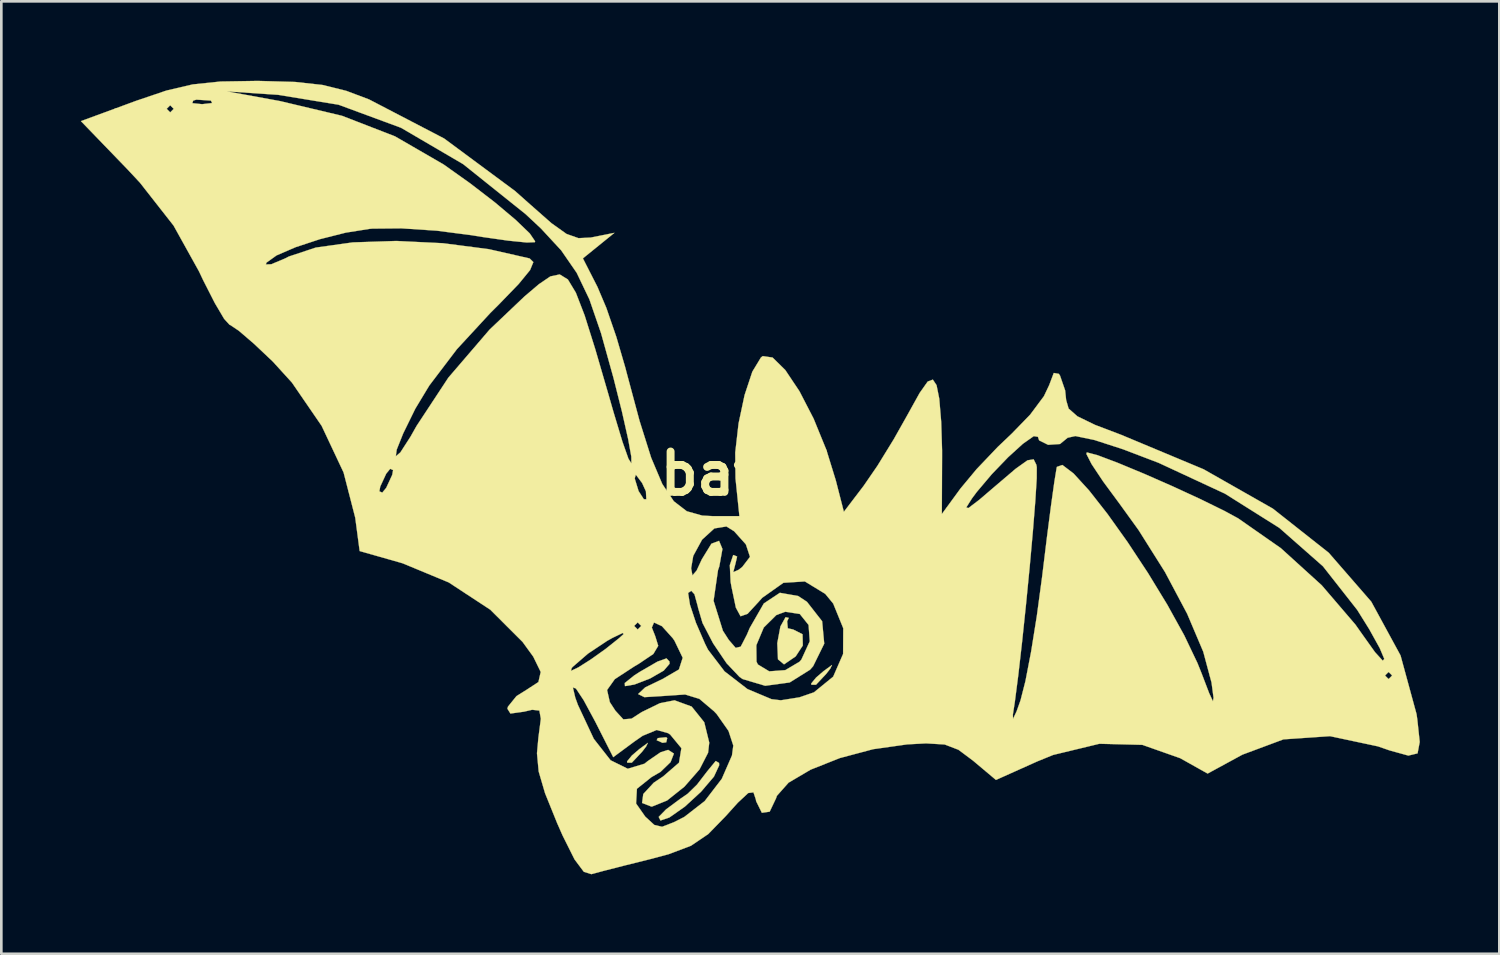
<source format=kicad_pcb>
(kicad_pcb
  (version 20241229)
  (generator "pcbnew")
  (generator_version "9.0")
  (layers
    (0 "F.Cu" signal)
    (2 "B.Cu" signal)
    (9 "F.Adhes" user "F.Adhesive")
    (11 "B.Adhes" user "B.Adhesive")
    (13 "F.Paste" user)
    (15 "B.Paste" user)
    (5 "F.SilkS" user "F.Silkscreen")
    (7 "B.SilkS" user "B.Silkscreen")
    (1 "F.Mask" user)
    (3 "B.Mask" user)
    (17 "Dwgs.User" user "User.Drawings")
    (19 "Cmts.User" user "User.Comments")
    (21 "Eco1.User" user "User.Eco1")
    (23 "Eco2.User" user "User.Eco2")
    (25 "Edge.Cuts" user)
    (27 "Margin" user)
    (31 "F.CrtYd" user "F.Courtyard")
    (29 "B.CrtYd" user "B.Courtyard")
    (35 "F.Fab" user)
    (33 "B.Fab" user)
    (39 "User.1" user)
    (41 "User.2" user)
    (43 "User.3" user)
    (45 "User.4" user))
  (footprint "bat56"
    (layer "F.Cu")
    (at 25.164 14.827)
    (property "Reference" "bat56" (at 0 0 0) (layer "F.SilkS") (effects (font (size 1.524 1.524) (thickness 0.3))))
    (attr through_hole)
    (fp_poly (pts (xy -3.03 9.982) (xy -3.067 10.141) (xy -3.208 10.16) (xy -3.428 10.062) (xy -3.387 9.982) (xy -3.069 9.95) (xy -3.03 9.982)) (stroke (width 0.01) (type solid)) (fill yes) (layer "F.SilkS"))
    (fp_poly (pts (xy -3.827 10.3) (xy -3.976 10.494) (xy -4.367 10.91) (xy -4.541 10.908) (xy -4.545 10.861) (xy -4.363 10.638) (xy -4.077 10.393) (xy -3.761 10.162) (xy -3.827 10.3)) (stroke (width 0.01) (type solid)) (fill yes) (layer "F.SilkS"))
    (fp_poly (pts (xy 3.125 7.359) (xy 2.975 7.553) (xy 2.585 7.969) (xy 2.411 7.967) (xy 2.406 7.92) (xy 2.589 7.697) (xy 2.874 7.452) (xy 3.191 7.221) (xy 3.125 7.359)) (stroke (width 0.01) (type solid)) (fill yes) (layer "F.SilkS"))
    (fp_poly (pts (xy -2.946 7.091) (xy -2.941 7.176) (xy -3.162 7.435) (xy -3.678 7.732) (xy -4.271 7.961) (xy -4.625 8.02) (xy -4.633 7.903) (xy -4.267 7.61) (xy -4.071 7.485) (xy -3.396 7.094) (xy -3.057 6.973) (xy -2.946 7.091)) (stroke (width 0.01) (type solid)) (fill yes) (layer "F.SilkS"))
    (fp_poly (pts (xy 1.557 5.445) (xy 1.496 5.573) (xy 1.521 5.838) (xy 1.722 5.882) (xy 2.078 6.063) (xy 2.088 6.487) (xy 1.818 6.898) (xy 1.379 7.199) (xy 1.15 7.009) (xy 1.124 6.397) (xy 1.242 5.769) (xy 1.437 5.419) (xy 1.557 5.445)) (stroke (width 0.01) (type solid)) (fill yes) (layer "F.SilkS"))
    (fp_poly (pts (xy -1.074 10.921) (xy -1.069 11.009) (xy -1.266 11.434) (xy -1.751 12.004) (xy -2.365 12.569) (xy -2.948 12.978) (xy -3.285 13.093) (xy -3.352 12.957) (xy -3.075 12.673) (xy -2.549 12.282) (xy -2.256 12.08) (xy -1.907 11.739) (xy -1.521 11.237) (xy -1.2 10.846) (xy -1.074 10.921)) (stroke (width 0.01) (type solid)) (fill yes) (layer "F.SilkS"))
    (fp_poly (pts (xy -18.448 -14.822) (xy -17.077 -14.784) (xy -16.041 -14.67) (xy -15.144 -14.448) (xy -14.282 -14.123) (xy -11.451 -12.65) (xy -8.776 -10.669) (xy -8.216 -10.172) (xy -7.399 -9.452) (xy -6.829 -9.046) (xy -6.379 -8.888) (xy -5.921 -8.91) (xy -5.848 -8.924) (xy -5.023 -9.089) (xy -5.618 -8.607) (xy -6.213 -8.125) (xy -5.663 -7.047) (xy -5.327 -6.253) (xy -4.95 -5.158) (xy -4.607 -3.984) (xy -4.573 -3.85) (xy -4.075 -1.994) (xy -3.636 -0.601) (xy -3.217 0.39) (xy -2.781 1.043) (xy -2.291 1.42) (xy -1.709 1.583) (xy -1.315 1.604) (xy -0.306 1.604) (xy -0.453 0.18) (xy -0.463 -0.796) (xy -0.337 -1.897) (xy -0.11 -2.966) (xy 0.182 -3.847) (xy 0.506 -4.382) (xy 0.575 -4.436) (xy 0.947 -4.382) (xy 1.427 -3.909) (xy 1.961 -3.11) (xy 2.496 -2.074) (xy 2.978 -0.894) (xy 3.332 0.252) (xy 3.637 1.441) (xy 4.381 0.465) (xy 4.904 -0.296) (xy 5.521 -1.299) (xy 6.023 -2.19) (xy 6.497 -3.044) (xy 6.802 -3.476) (xy 6.996 -3.549) (xy 7.136 -3.338) (xy 7.238 -2.827) (xy 7.311 -1.951) (xy 7.344 -0.882) (xy 7.344 -0.642) (xy 7.335 1.524) (xy 7.517 1.276) (xy 8.257 1.276) (xy 8.338 1.299) (xy 8.746 0.989) (xy 9.364 0.461) (xy 10.119 -0.182) (xy 10.569 -0.503) (xy 10.8 -0.54) (xy 10.902 -0.335) (xy 10.918 -0.246) (xy 10.916 0.178) (xy 10.864 1.021) (xy 10.772 2.172) (xy 10.651 3.518) (xy 10.511 4.948) (xy 10.364 6.349) (xy 10.22 7.61) (xy 10.09 8.618) (xy 10.017 9.091) (xy 10.021 9.258) (xy 10.156 8.974) (xy 10.305 8.556) (xy 10.49 7.832) (xy 10.704 6.721) (xy 10.921 5.367) (xy 11.117 3.915) (xy 11.138 3.743) (xy 11.304 2.385) (xy 11.457 1.201) (xy 11.583 0.3) (xy 11.666 -0.206) (xy 11.678 -0.255) (xy 11.885 -0.327) (xy 12.307 -0.006) (xy 12.892 0.634) (xy 13.589 1.523) (xy 14.348 2.587) (xy 15.117 3.753) (xy 15.847 4.951) (xy 16.486 6.107) (xy 16.983 7.149) (xy 17.129 7.511) (xy 17.426 8.289) (xy 17.569 8.594) (xy 17.59 8.456) (xy 17.517 7.904) (xy 17.515 7.887) (xy 17.443 7.62) (xy 24.063 7.62) (xy 24.197 7.754) (xy 24.331 7.62) (xy 24.197 7.486) (xy 24.063 7.62) (xy 17.443 7.62) (xy 17.202 6.721) (xy 16.594 5.288) (xy 15.758 3.714) (xy 14.76 2.129) (xy 14.043 1.136) (xy 13.422 0.294) (xy 12.985 -0.364) (xy 12.791 -0.744) (xy 12.808 -0.802) (xy 13.213 -0.695) (xy 13.972 -0.409) (xy 14.958 0.000239) (xy 16.044 0.477) (xy 17.104 0.966) (xy 18.01 1.411) (xy 18.519 1.688) (xy 20.132 2.814) (xy 21.675 4.215) (xy 22.947 5.7) (xy 23.148 5.986) (xy 23.684 6.738) (xy 23.978 7.06) (xy 24.035 6.994) (xy 23.863 6.585) (xy 23.468 5.873) (xy 23.014 5.144) (xy 21.72 3.497) (xy 20.073 2.047) (xy 18.023 0.757) (xy 15.519 -0.407) (xy 14.176 -0.919) (xy 13.093 -1.27) (xy 12.375 -1.419) (xy 12.082 -1.354) (xy 12.082 -1.353) (xy 11.795 -1.118) (xy 11.346 -1.088) (xy 11.007 -1.256) (xy 10.962 -1.389) (xy 10.804 -1.415) (xy 10.395 -1.127) (xy 9.835 -0.618) (xy 9.221 0.02) (xy 8.651 0.695) (xy 8.472 0.936) (xy 8.257 1.276) (xy 7.517 1.276) (xy 8.04 0.561) (xy 8.647 -0.169) (xy 9.448 -1.01) (xy 9.975 -1.511) (xy 10.668 -2.225) (xy 11.189 -2.924) (xy 11.387 -3.341) (xy 11.56 -3.8) (xy 11.75 -3.767) (xy 11.795 -3.702) (xy 11.989 -3.141) (xy 12.027 -2.776) (xy 12.12 -2.456) (xy 12.453 -2.163) (xy 13.122 -1.838) (xy 14.104 -1.465) (xy 17.217 -0.164) (xy 19.828 1.32) (xy 21.937 2.985) (xy 23.544 4.833) (xy 24.649 6.864) (xy 25.253 9.078) (xy 25.283 9.291) (xy 25.372 10.129) (xy 25.291 10.558) (xy 24.944 10.642) (xy 24.234 10.446) (xy 23.796 10.294) (xy 21.986 9.909) (xy 20.228 10.03) (xy 18.679 10.607) (xy 17.367 11.321) (xy 16.334 10.741) (xy 14.904 10.237) (xy 13.282 10.196) (xy 11.538 10.617) (xy 10.939 10.861) (xy 9.378 11.561) (xy 8.512 10.833) (xy 7.963 10.423) (xy 7.442 10.223) (xy 6.741 10.181) (xy 6.029 10.219) (xy 4.741 10.401) (xy 3.486 10.735) (xy 2.383 11.173) (xy 1.55 11.664) (xy 1.109 12.161) (xy 1.08 12.248) (xy 0.837 12.759) (xy 0.542 12.801) (xy 0.326 12.364) (xy 0.314 12.295) (xy 0.225 12.03) (xy 0.027 12.055) (xy -0.363 12.418) (xy -0.815 12.919) (xy -1.481 13.603) (xy -2.133 14.045) (xy -2.979 14.365) (xy -3.669 14.549) (xy -4.641 14.791) (xy -5.441 14.996) (xy -5.893 15.118) (xy -6.178 15.028) (xy -6.528 14.561) (xy -6.978 13.661) (xy -7.186 13.189) (xy -7.641 12.064) (xy -7.882 11.242) (xy -7.946 10.555) (xy -7.893 9.971) (xy -7.8 9.253) (xy -7.856 8.942) (xy -8.128 8.913) (xy -8.439 8.985) (xy -8.948 9.055) (xy -9.062 8.874) (xy -9.041 8.794) (xy -8.721 8.398) (xy -8.338 8.158) (xy -8.202 8.069) (xy -6.592 8.069) (xy -6.5 8.456) (xy -6.401 8.73) (xy -5.802 10.01) (xy -5.167 10.819) (xy -4.52 11.139) (xy -3.887 10.948) (xy -3.77 10.853) (xy -3.281 10.517) (xy -2.995 10.427) (xy -2.778 10.566) (xy -2.903 10.888) (xy -3.286 11.259) (xy -3.624 11.455) (xy -4.174 11.894) (xy -4.206 12.45) (xy -3.858 12.948) (xy -3.516 13.261) (xy -3.223 13.329) (xy -2.773 13.155) (xy -2.381 12.954) (xy -1.616 12.36) (xy -0.971 11.52) (xy -0.586 10.637) (xy -0.536 10.263) (xy -0.717 9.71) (xy -1.163 9.075) (xy -1.267 8.966) (xy -1.816 8.501) (xy -2.354 8.336) (xy -3.145 8.39) (xy -3.153 8.391) (xy -3.892 8.437) (xy -4.129 8.32) (xy -3.86 8.067) (xy -3.214 7.756) (xy -2.589 7.393) (xy -2.446 6.95) (xy -2.755 6.307) (xy -2.823 6.209) (xy -3.231 5.756) (xy -3.53 5.619) (xy -3.611 5.81) (xy -3.481 6.139) (xy -3.37 6.499) (xy -3.554 6.807) (xy -4.121 7.188) (xy -4.272 7.276) (xy -5.009 7.757) (xy -5.3 8.166) (xy -5.197 8.624) (xy -4.986 8.948) (xy -4.688 9.274) (xy -4.378 9.248) (xy -3.99 8.999) (xy -3.306 8.665) (xy -2.754 8.556) (xy -2.107 8.792) (xy -1.633 9.383) (xy -1.444 10.153) (xy -1.488 10.534) (xy -1.81 11.162) (xy -2.383 11.817) (xy -3.037 12.338) (xy -3.603 12.566) (xy -3.63 12.566) (xy -3.979 12.43) (xy -3.934 12.093) (xy -3.539 11.666) (xy -3.187 11.431) (xy -2.586 10.911) (xy -2.495 10.362) (xy -2.921 9.846) (xy -2.997 9.796) (xy -3.427 9.675) (xy -3.958 9.895) (xy -4.261 10.105) (xy -5.068 10.702) (xy -5.747 9.361) (xy -6.183 8.553) (xy -6.475 8.112) (xy -6.592 8.069) (xy -8.202 8.069) (xy -7.892 7.867) (xy -7.805 7.485) (xy -7.824 7.446) (xy -6.666 7.446) (xy -6.385 7.313) (xy -5.911 7.012) (xy -5.359 6.619) (xy -4.848 6.211) (xy -4.679 6.059) (xy -4.705 6.012) (xy -5.092 6.197) (xy -5.298 6.312) (xy -6.02 6.793) (xy -6.595 7.291) (xy -6.635 7.335) (xy -6.666 7.446) (xy -7.824 7.446) (xy -8.087 6.907) (xy -8.489 6.353) (xy -9.095 5.748) (xy -4.278 5.748) (xy -4.144 5.882) (xy -4.011 5.748) (xy -4.144 5.615) (xy -4.278 5.748) (xy -9.095 5.748) (xy -9.708 5.136) (xy -10.671 4.504) (xy -2.242 4.504) (xy -2.172 4.947) (xy -1.947 5.627) (xy -1.603 6.421) (xy -1.491 6.645) (xy -0.867 7.463) (xy -0.002 8.131) (xy 0.907 8.513) (xy 1.257 8.555) (xy 1.962 8.443) (xy 2.509 8.254) (xy 3.234 7.663) (xy 3.608 6.806) (xy 3.614 5.835) (xy 3.234 4.903) (xy 2.934 4.538) (xy 2.165 4.069) (xy 1.355 4.12) (xy 0.556 4.686) (xy 0.424 4.834) (xy 0.002 5.292) (xy -0.262 5.384) (xy -0.44 5.056) (xy -0.607 4.258) (xy -0.637 4.088) (xy -0.668 3.454) (xy -0.543 3.081) (xy -0.529 3.071) (xy -0.392 3.129) (xy -0.454 3.395) (xy -0.538 3.719) (xy -0.332 3.628) (xy -0.196 3.52) (xy 0.094 3.141) (xy -0.057 2.682) (xy -0.073 2.656) (xy -0.506 2.174) (xy -0.794 1.994) (xy -1.251 2.068) (xy -1.715 2.492) (xy -2.048 3.104) (xy -2.128 3.572) (xy -2.078 3.841) (xy -1.92 3.657) (xy -1.721 3.229) (xy -1.362 2.645) (xy -1.074 2.537) (xy -0.946 2.844) (xy -1.065 3.505) (xy -1.113 3.64) (xy -1.281 4.799) (xy -0.929 5.93) (xy -0.708 6.274) (xy -0.447 6.577) (xy -0.255 6.53) (xy -0.228 6.477) (xy 0.333 6.477) (xy 0.34 7.096) (xy 0.392 7.204) (xy 0.82 7.462) (xy 1.426 7.417) (xy 1.967 7.097) (xy 2.034 7.018) (xy 2.35 6.328) (xy 2.305 5.711) (xy 1.973 5.297) (xy 1.425 5.213) (xy 1.09 5.337) (xy 0.614 5.808) (xy 0.333 6.477) (xy -0.228 6.477) (xy -0.019 6.07) (xy 0.083 5.828) (xy 0.616 4.9) (xy 1.222 4.498) (xy 1.912 4.619) (xy 2.244 4.838) (xy 2.817 5.572) (xy 2.896 6.418) (xy 2.477 7.269) (xy 2.36 7.402) (xy 1.593 7.882) (xy 0.668 8.007) (xy -0.182 7.754) (xy -0.3 7.674) (xy -0.791 7.155) (xy -1.297 6.407) (xy -1.698 5.636) (xy -1.87 5.049) (xy -1.871 5.029) (xy -2.002 4.552) (xy -2.122 4.422) (xy -2.242 4.504) (xy -10.671 4.504) (xy -11.276 4.107) (xy -13.012 3.386) (xy -13.135 3.35) (xy -14.639 2.922) (xy -14.806 1.662) (xy -15.062 0.668) (xy -13.895 0.668) (xy -13.785 0.716) (xy -13.636 0.535) (xy -13.471 0.18) (xy -4.258 0.18) (xy -4.111 0.658) (xy -3.913 0.966) (xy -3.819 0.967) (xy -3.834 0.668) (xy -3.978 0.354) (xy -4.214 0.04) (xy -4.258 0.18) (xy -13.471 0.18) (xy -13.41 0.047) (xy -13.377 -0.134) (xy -13.487 -0.182) (xy -13.636 0) (xy -13.862 0.487) (xy -13.895 0.668) (xy -15.062 0.668) (xy -15.246 -0.045) (xy -16.074 -1.804) (xy -17.195 -3.437) (xy -17.916 -4.229) (xy -18.627 -4.901) (xy -19.201 -5.394) (xy -19.528 -5.612) (xy -19.546 -5.615) (xy -19.753 -5.841) (xy -20.108 -6.442) (xy -20.547 -7.305) (xy -20.703 -7.635) (xy -21.663 -9.363) (xy -22.93 -10.979) (xy -23.397 -11.48) (xy -25.159 -13.305) (xy -23.895 -13.769) (xy -21.924 -13.769) (xy -21.791 -13.636) (xy -21.657 -13.769) (xy -21.791 -13.903) (xy -21.924 -13.769) (xy -23.895 -13.769) (xy -23.316 -13.983) (xy -20.955 -13.983) (xy -20.587 -13.945) (xy -20.208 -13.987) (xy -20.253 -14.08) (xy -20.801 -14.116) (xy -20.922 -14.08) (xy -20.955 -13.983) (xy -23.316 -13.983) (xy -23.074 -14.072) (xy -22.023 -14.428) (xy -19.652 -14.428) (xy -17.646 -14.062) (xy -15.305 -13.506) (xy -13.303 -12.73) (xy -11.47 -11.669) (xy -10.466 -10.955) (xy -9.531 -10.235) (xy -8.754 -9.581) (xy -8.22 -9.068) (xy -8.016 -8.769) (xy -8.027 -8.736) (xy -8.331 -8.724) (xy -9.031 -8.794) (xy -10 -8.932) (xy -10.427 -9.001) (xy -11.733 -9.17) (xy -13.062 -9.258) (xy -14.157 -9.248) (xy -14.262 -9.239) (xy -15.163 -9.096) (xy -16.142 -8.849) (xy -17.06 -8.546) (xy -17.778 -8.236) (xy -18.155 -7.966) (xy -18.181 -7.896) (xy -17.975 -7.903) (xy -17.465 -8.117) (xy -17.312 -8.195) (xy -16.296 -8.532) (xy -14.899 -8.728) (xy -13.255 -8.782) (xy -11.498 -8.697) (xy -9.763 -8.472) (xy -8.223 -8.122) (xy -8.083 -7.984) (xy -8.207 -7.683) (xy -8.636 -7.159) (xy -9.412 -6.357) (xy -9.706 -6.065) (xy -10.968 -4.698) (xy -12.009 -3.328) (xy -12.537 -2.454) (xy -12.996 -1.518) (xy -13.241 -0.905) (xy -13.275 -0.654) (xy -13.101 -0.803) (xy -12.721 -1.392) (xy -12.489 -1.803) (xy -11.29 -3.624) (xy -9.734 -5.437) (xy -8.416 -6.689) (xy -7.871 -7.152) (xy -7.441 -7.444) (xy -7.09 -7.519) (xy -6.781 -7.33) (xy -6.479 -6.83) (xy -6.147 -5.972) (xy -5.75 -4.71) (xy -5.251 -2.997) (xy -5.061 -2.335) (xy -4.72 -1.203) (xy -4.494 -0.563) (xy -4.382 -0.387) (xy -4.386 -0.645) (xy -4.506 -1.308) (xy -4.74 -2.347) (xy -5.059 -3.616) (xy -5.527 -5.298) (xy -5.967 -6.577) (xy -6.447 -7.58) (xy -7.033 -8.429) (xy -7.793 -9.25) (xy -8.37 -9.79) (xy -10.732 -11.681) (xy -13.077 -13.054) (xy -15.434 -13.924) (xy -17.72 -14.298) (xy -19.652 -14.428) (xy -22.023 -14.428) (xy -21.924 -14.461) (xy -20.939 -14.691) (xy -19.892 -14.8) (xy -18.556 -14.822) (xy -18.448 -14.822)) (stroke (width 0.01) (type solid)) (fill yes) (layer "F.SilkS")))
  (gr_rect
    (start -3 -3)
    (end 53.541 32.95)
    (stroke (width 0.1) (type default))
    (fill no)
    (layer "Edge.Cuts")))
</source>
